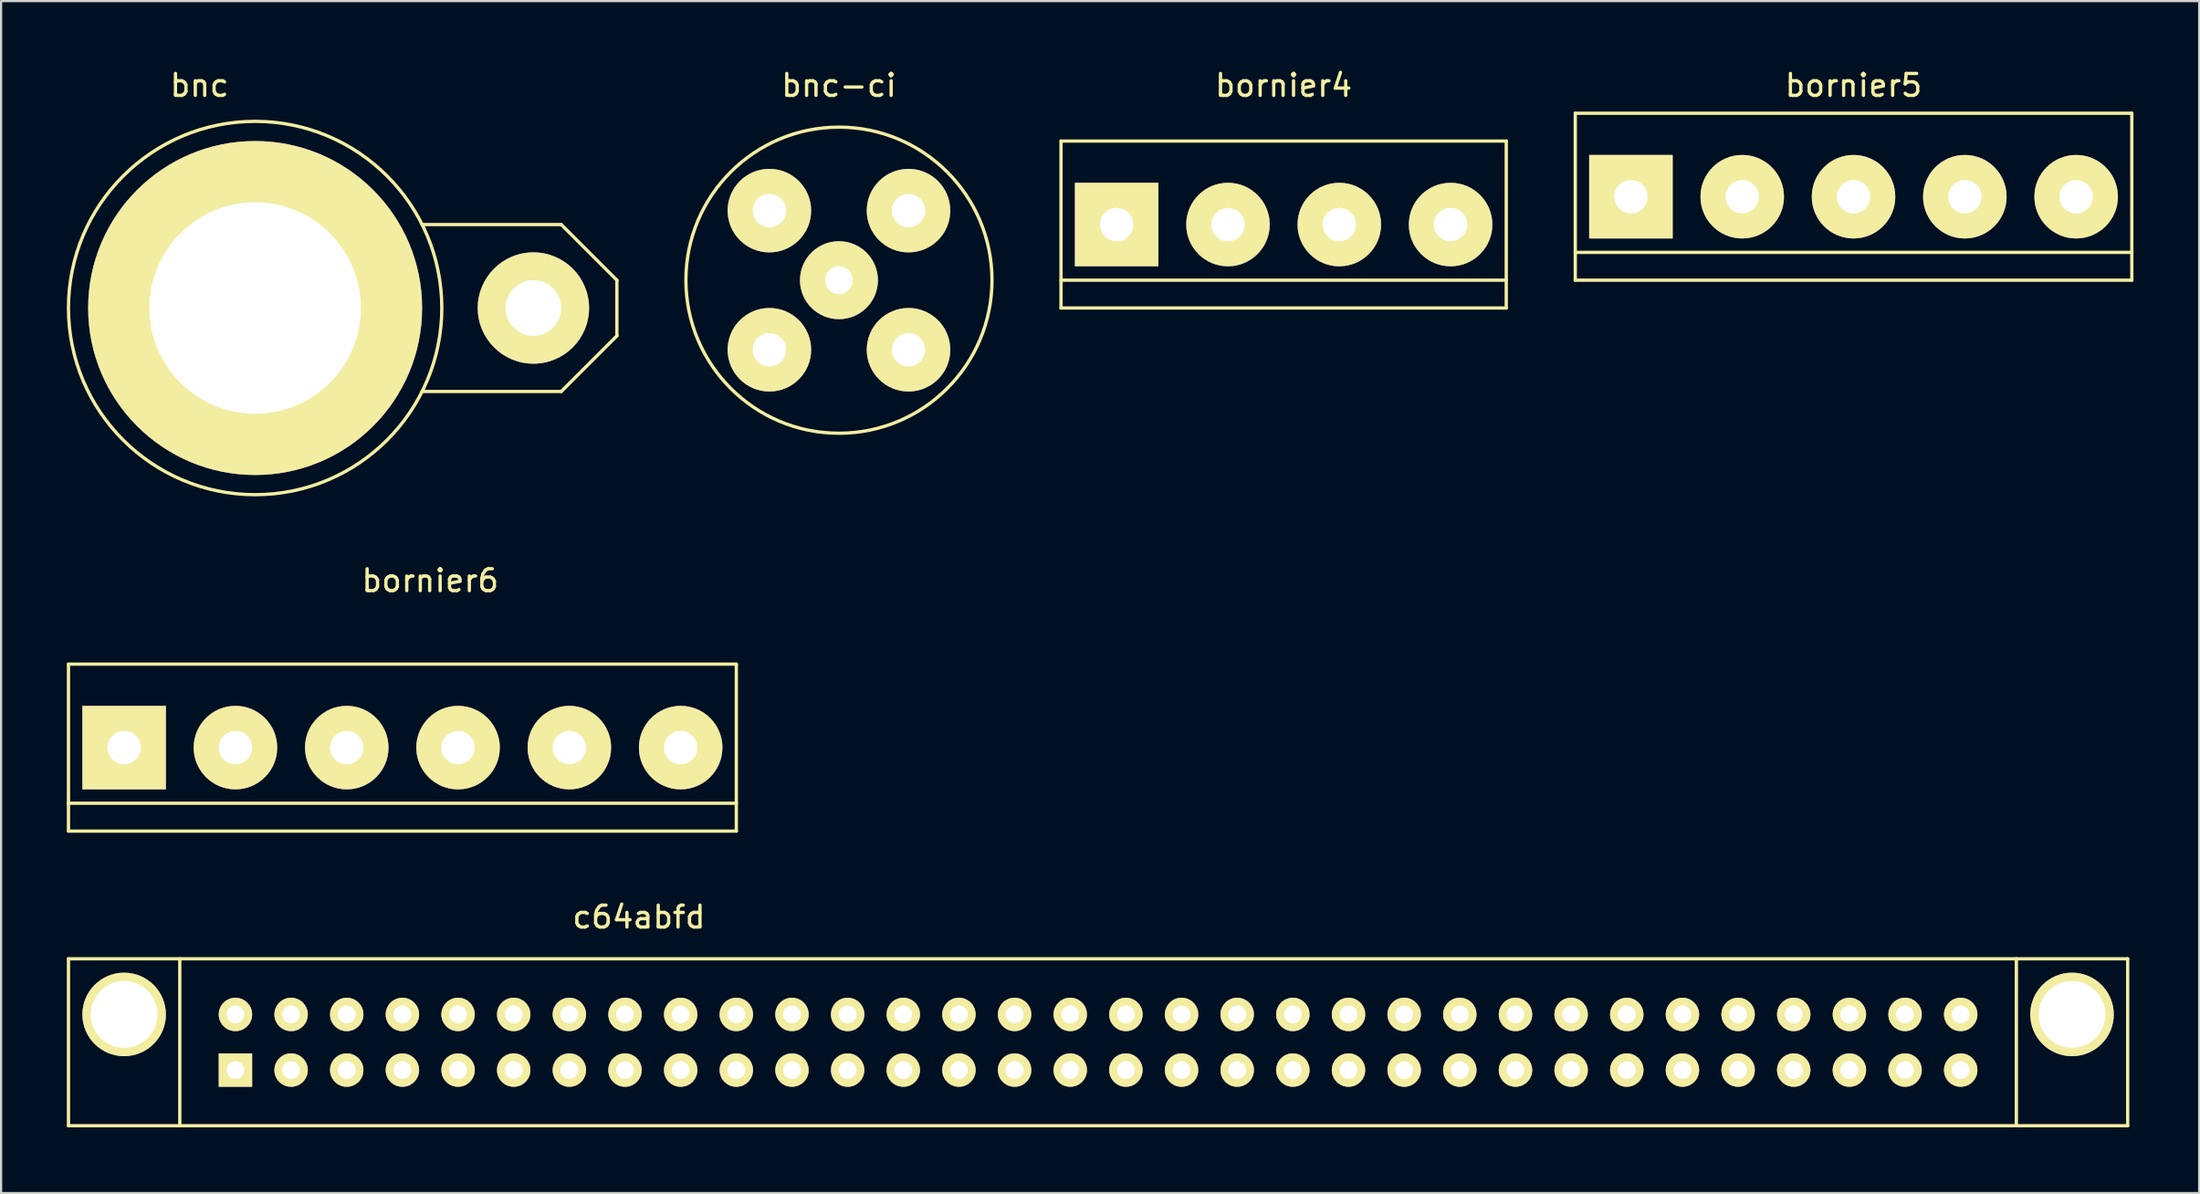
<source format=kicad_pcb>
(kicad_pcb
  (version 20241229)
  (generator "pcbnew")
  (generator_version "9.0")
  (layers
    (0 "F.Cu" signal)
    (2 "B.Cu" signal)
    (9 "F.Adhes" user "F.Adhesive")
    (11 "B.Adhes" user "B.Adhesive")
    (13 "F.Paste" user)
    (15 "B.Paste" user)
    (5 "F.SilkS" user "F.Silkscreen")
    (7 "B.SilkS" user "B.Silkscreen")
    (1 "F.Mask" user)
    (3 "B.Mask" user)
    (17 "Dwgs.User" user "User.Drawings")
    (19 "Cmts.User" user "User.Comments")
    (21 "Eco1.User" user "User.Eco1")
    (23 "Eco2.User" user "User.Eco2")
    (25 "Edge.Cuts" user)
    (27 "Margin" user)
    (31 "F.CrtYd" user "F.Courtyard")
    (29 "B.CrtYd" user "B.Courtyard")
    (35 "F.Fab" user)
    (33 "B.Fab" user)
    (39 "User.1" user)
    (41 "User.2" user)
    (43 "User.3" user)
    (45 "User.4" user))
  (footprint "bornier4"
    (layer "F.Cu")
    (at 55.534 7.198)
    (property "Reference" "bornier4" (at 0 -6.35 0) (layer "F.SilkS") (effects (font (size 1 1) (thickness 0.15))))
    (attr through_hole)
    (fp_line (start -10.16 -3.81) (end -10.16 3.81) (stroke (width 0.15) (type solid)) (layer "F.SilkS"))
    (fp_line (start -10.16 -3.81) (end 10.16 -3.81) (stroke (width 0.15) (type solid)) (layer "F.SilkS"))
    (fp_line (start -10.16 3.81) (end 10.16 3.81) (stroke (width 0.15) (type solid)) (layer "F.SilkS"))
    (fp_line (start 10.16 2.54) (end -10.16 2.54) (stroke (width 0.15) (type solid)) (layer "F.SilkS"))
    (fp_line (start 10.16 3.81) (end 10.16 -3.81) (stroke (width 0.15) (type solid)) (layer "F.SilkS"))
    (pad "1" thru_hole rect (at -7.62 0) (size 3.81 3.81) (drill 1.524) (layers "*.Cu" "*.Mask" "F.SilkS"))
    (pad "2" thru_hole circle (at -2.54 0) (size 3.81 3.81) (drill 1.524) (layers "*.Cu" "*.Mask" "F.SilkS"))
    (pad "3" thru_hole circle (at 2.54 0) (size 3.81 3.81) (drill 1.524) (layers "*.Cu" "*.Mask" "F.SilkS"))
    (pad "4" thru_hole circle (at 7.62 0) (size 3.81 3.81) (drill 1.524) (layers "*.Cu" "*.Mask" "F.SilkS")))
  (footprint "c64abfd"
    (layer "F.Cu")
    (at 47.065 44.519)
    (property "Reference" "c64abfd" (at -20.955 -5.715 0) (layer "F.SilkS") (effects (font (size 1 1) (thickness 0.15))))
    (attr through_hole)
    (fp_line (start -46.99 -3.81) (end 46.99 -3.81) (stroke (width 0.15) (type solid)) (layer "F.SilkS"))
    (fp_line (start -46.99 3.81) (end -46.99 -3.81) (stroke (width 0.15) (type solid)) (layer "F.SilkS"))
    (fp_line (start -41.91 3.81) (end -41.91 -3.81) (stroke (width 0.15) (type solid)) (layer "F.SilkS"))
    (fp_line (start 41.91 3.81) (end 41.91 -3.81) (stroke (width 0.15) (type solid)) (layer "F.SilkS"))
    (fp_line (start 46.99 -3.81) (end 46.99 3.81) (stroke (width 0.15) (type solid)) (layer "F.SilkS"))
    (fp_line (start 46.99 3.81) (end -46.99 3.81) (stroke (width 0.15) (type solid)) (layer "F.SilkS"))
    (pad "65" thru_hole circle (at -44.45 -1.27) (size 3.81 3.81) (drill 3.048) (layers "*.Cu" "*.Mask" "F.SilkS"))
    (pad "66" thru_hole circle (at 44.45 -1.27) (size 3.81 3.81) (drill 3.048) (layers "*.Cu" "*.Mask" "F.SilkS"))
    (pad "A1" thru_hole rect (at -39.37 1.27) (size 1.524 1.524) (drill 0.813) (layers "*.Cu" "*.Mask" "F.SilkS"))
    (pad "A2" thru_hole circle (at -36.83 1.27) (size 1.524 1.524) (drill 0.813) (layers "*.Cu" "*.Mask" "F.SilkS"))
    (pad "A3" thru_hole circle (at -34.29 1.27) (size 1.524 1.524) (drill 0.813) (layers "*.Cu" "*.Mask" "F.SilkS"))
    (pad "A4" thru_hole circle (at -31.75 1.27) (size 1.524 1.524) (drill 0.813) (layers "*.Cu" "*.Mask" "F.SilkS"))
    (pad "A5" thru_hole circle (at -29.21 1.27) (size 1.524 1.524) (drill 0.813) (layers "*.Cu" "*.Mask" "F.SilkS"))
    (pad "A6" thru_hole circle (at -26.67 1.27) (size 1.524 1.524) (drill 0.813) (layers "*.Cu" "*.Mask" "F.SilkS"))
    (pad "A7" thru_hole circle (at -24.13 1.27) (size 1.524 1.524) (drill 0.813) (layers "*.Cu" "*.Mask" "F.SilkS"))
    (pad "A8" thru_hole circle (at -21.59 1.27) (size 1.524 1.524) (drill 0.813) (layers "*.Cu" "*.Mask" "F.SilkS"))
    (pad "A9" thru_hole circle (at -19.05 1.27) (size 1.524 1.524) (drill 0.813) (layers "*.Cu" "*.Mask" "F.SilkS"))
    (pad "A10" thru_hole circle (at -16.51 1.27) (size 1.524 1.524) (drill 0.813) (layers "*.Cu" "*.Mask" "F.SilkS"))
    (pad "A11" thru_hole circle (at -13.97 1.27) (size 1.524 1.524) (drill 0.813) (layers "*.Cu" "*.Mask" "F.SilkS"))
    (pad "A12" thru_hole circle (at -11.43 1.27) (size 1.524 1.524) (drill 0.813) (layers "*.Cu" "*.Mask" "F.SilkS"))
    (pad "A13" thru_hole circle (at -8.89 1.27) (size 1.524 1.524) (drill 0.813) (layers "*.Cu" "*.Mask" "F.SilkS"))
    (pad "A14" thru_hole circle (at -6.35 1.27) (size 1.524 1.524) (drill 0.813) (layers "*.Cu" "*.Mask" "F.SilkS"))
    (pad "A15" thru_hole circle (at -3.81 1.27) (size 1.524 1.524) (drill 0.813) (layers "*.Cu" "*.Mask" "F.SilkS"))
    (pad "A16" thru_hole circle (at -1.27 1.27) (size 1.524 1.524) (drill 0.813) (layers "*.Cu" "*.Mask" "F.SilkS"))
    (pad "A17" thru_hole circle (at 1.27 1.27) (size 1.524 1.524) (drill 0.813) (layers "*.Cu" "*.Mask" "F.SilkS"))
    (pad "A18" thru_hole circle (at 3.81 1.27) (size 1.524 1.524) (drill 0.813) (layers "*.Cu" "*.Mask" "F.SilkS"))
    (pad "A19" thru_hole circle (at 6.35 1.27) (size 1.524 1.524) (drill 0.813) (layers "*.Cu" "*.Mask" "F.SilkS"))
    (pad "A20" thru_hole circle (at 8.89 1.27) (size 1.524 1.524) (drill 0.813) (layers "*.Cu" "*.Mask" "F.SilkS"))
    (pad "A21" thru_hole circle (at 11.43 1.27) (size 1.524 1.524) (drill 0.813) (layers "*.Cu" "*.Mask" "F.SilkS"))
    (pad "A22" thru_hole circle (at 13.97 1.27) (size 1.524 1.524) (drill 0.813) (layers "*.Cu" "*.Mask" "F.SilkS"))
    (pad "A23" thru_hole circle (at 16.51 1.27) (size 1.524 1.524) (drill 0.813) (layers "*.Cu" "*.Mask" "F.SilkS"))
    (pad "A24" thru_hole circle (at 19.05 1.27) (size 1.524 1.524) (drill 0.813) (layers "*.Cu" "*.Mask" "F.SilkS"))
    (pad "A25" thru_hole circle (at 21.59 1.27) (size 1.524 1.524) (drill 0.813) (layers "*.Cu" "*.Mask" "F.SilkS"))
    (pad "A26" thru_hole circle (at 24.13 1.27) (size 1.524 1.524) (drill 0.813) (layers "*.Cu" "*.Mask" "F.SilkS"))
    (pad "A27" thru_hole circle (at 26.67 1.27) (size 1.524 1.524) (drill 0.813) (layers "*.Cu" "*.Mask" "F.SilkS"))
    (pad "A28" thru_hole circle (at 29.21 1.27) (size 1.524 1.524) (drill 0.813) (layers "*.Cu" "*.Mask" "F.SilkS"))
    (pad "A29" thru_hole circle (at 31.75 1.27) (size 1.524 1.524) (drill 0.813) (layers "*.Cu" "*.Mask" "F.SilkS"))
    (pad "A30" thru_hole circle (at 34.29 1.27) (size 1.524 1.524) (drill 0.813) (layers "*.Cu" "*.Mask" "F.SilkS"))
    (pad "A31" thru_hole circle (at 36.83 1.27) (size 1.524 1.524) (drill 0.813) (layers "*.Cu" "*.Mask" "F.SilkS"))
    (pad "A32" thru_hole circle (at 39.37 1.27) (size 1.524 1.524) (drill 0.813) (layers "*.Cu" "*.Mask" "F.SilkS"))
    (pad "B1" thru_hole circle (at -39.37 -1.27) (size 1.524 1.524) (drill 0.813) (layers "*.Cu" "*.Mask" "F.SilkS"))
    (pad "B2" thru_hole circle (at -36.83 -1.27) (size 1.524 1.524) (drill 0.813) (layers "*.Cu" "*.Mask" "F.SilkS"))
    (pad "B3" thru_hole circle (at -34.29 -1.27) (size 1.524 1.524) (drill 0.813) (layers "*.Cu" "*.Mask" "F.SilkS"))
    (pad "B4" thru_hole circle (at -31.75 -1.27) (size 1.524 1.524) (drill 0.813) (layers "*.Cu" "*.Mask" "F.SilkS"))
    (pad "B5" thru_hole circle (at -29.21 -1.27) (size 1.524 1.524) (drill 0.813) (layers "*.Cu" "*.Mask" "F.SilkS"))
    (pad "B6" thru_hole circle (at -26.67 -1.27) (size 1.524 1.524) (drill 0.813) (layers "*.Cu" "*.Mask" "F.SilkS"))
    (pad "B7" thru_hole circle (at -24.13 -1.27) (size 1.524 1.524) (drill 0.813) (layers "*.Cu" "*.Mask" "F.SilkS"))
    (pad "B8" thru_hole circle (at -21.59 -1.27) (size 1.524 1.524) (drill 0.813) (layers "*.Cu" "*.Mask" "F.SilkS"))
    (pad "B9" thru_hole circle (at -19.05 -1.27) (size 1.524 1.524) (drill 0.813) (layers "*.Cu" "*.Mask" "F.SilkS"))
    (pad "B10" thru_hole circle (at -16.51 -1.27) (size 1.524 1.524) (drill 0.813) (layers "*.Cu" "*.Mask" "F.SilkS"))
    (pad "B11" thru_hole circle (at -13.97 -1.27) (size 1.524 1.524) (drill 0.813) (layers "*.Cu" "*.Mask" "F.SilkS"))
    (pad "B12" thru_hole circle (at -11.43 -1.27) (size 1.524 1.524) (drill 0.813) (layers "*.Cu" "*.Mask" "F.SilkS"))
    (pad "B13" thru_hole circle (at -8.89 -1.27) (size 1.524 1.524) (drill 0.813) (layers "*.Cu" "*.Mask" "F.SilkS"))
    (pad "B14" thru_hole circle (at -6.35 -1.27) (size 1.524 1.524) (drill 0.813) (layers "*.Cu" "*.Mask" "F.SilkS"))
    (pad "B15" thru_hole circle (at -3.81 -1.27) (size 1.524 1.524) (drill 0.813) (layers "*.Cu" "*.Mask" "F.SilkS"))
    (pad "B16" thru_hole circle (at -1.27 -1.27) (size 1.524 1.524) (drill 0.813) (layers "*.Cu" "*.Mask" "F.SilkS"))
    (pad "B17" thru_hole circle (at 1.27 -1.27) (size 1.524 1.524) (drill 0.813) (layers "*.Cu" "*.Mask" "F.SilkS"))
    (pad "B18" thru_hole circle (at 3.81 -1.27) (size 1.524 1.524) (drill 0.813) (layers "*.Cu" "*.Mask" "F.SilkS"))
    (pad "B19" thru_hole circle (at 6.35 -1.27) (size 1.524 1.524) (drill 0.813) (layers "*.Cu" "*.Mask" "F.SilkS"))
    (pad "B20" thru_hole circle (at 8.89 -1.27) (size 1.524 1.524) (drill 0.813) (layers "*.Cu" "*.Mask" "F.SilkS"))
    (pad "B21" thru_hole circle (at 11.43 -1.27) (size 1.524 1.524) (drill 0.813) (layers "*.Cu" "*.Mask" "F.SilkS"))
    (pad "B22" thru_hole circle (at 13.97 -1.27) (size 1.524 1.524) (drill 0.813) (layers "*.Cu" "*.Mask" "F.SilkS"))
    (pad "B23" thru_hole circle (at 16.51 -1.27) (size 1.524 1.524) (drill 0.813) (layers "*.Cu" "*.Mask" "F.SilkS"))
    (pad "B24" thru_hole circle (at 19.05 -1.27) (size 1.524 1.524) (drill 0.813) (layers "*.Cu" "*.Mask" "F.SilkS"))
    (pad "B25" thru_hole circle (at 21.59 -1.27) (size 1.524 1.524) (drill 0.813) (layers "*.Cu" "*.Mask" "F.SilkS"))
    (pad "B26" thru_hole circle (at 24.13 -1.27) (size 1.524 1.524) (drill 0.813) (layers "*.Cu" "*.Mask" "F.SilkS"))
    (pad "B27" thru_hole circle (at 26.67 -1.27) (size 1.524 1.524) (drill 0.813) (layers "*.Cu" "*.Mask" "F.SilkS"))
    (pad "B28" thru_hole circle (at 29.21 -1.27) (size 1.524 1.524) (drill 0.813) (layers "*.Cu" "*.Mask" "F.SilkS"))
    (pad "B29" thru_hole circle (at 31.75 -1.27) (size 1.524 1.524) (drill 0.813) (layers "*.Cu" "*.Mask" "F.SilkS"))
    (pad "B30" thru_hole circle (at 34.29 -1.27) (size 1.524 1.524) (drill 0.813) (layers "*.Cu" "*.Mask" "F.SilkS"))
    (pad "B31" thru_hole circle (at 36.83 -1.27) (size 1.524 1.524) (drill 0.813) (layers "*.Cu" "*.Mask" "F.SilkS"))
    (pad "B32" thru_hole circle (at 39.37 -1.27) (size 1.524 1.524) (drill 0.813) (layers "*.Cu" "*.Mask" "F.SilkS")))
  (footprint "bnc-ci"
    (layer "F.Cu")
    (at 35.239 9.738)
    (property "Reference" "bnc-ci" (at 0 -8.89 0) (layer "F.SilkS") (effects (font (size 1 1) (thickness 0.15))))
    (attr through_hole)
    (fp_circle (center 0 0) (end -6.985 0) (stroke (width 0.15) (type solid)) (fill no) (layer "F.SilkS"))
    (pad "1" thru_hole circle (at 0 0) (size 3.556 3.556) (drill 1.27) (layers "*.Cu" "*.Mask" "F.SilkS"))
    (pad "2" thru_hole circle (at -3.175 -3.175) (size 3.81 3.81) (drill 1.524) (layers "*.Cu" "*.Mask" "F.SilkS"))
    (pad "2" thru_hole circle (at -3.175 3.175) (size 3.81 3.81) (drill 1.524) (layers "*.Cu" "*.Mask" "F.SilkS"))
    (pad "2" thru_hole circle (at 3.175 -3.175) (size 3.81 3.81) (drill 1.524) (layers "*.Cu" "*.Mask" "F.SilkS"))
    (pad "2" thru_hole circle (at 3.175 3.175) (size 3.81 3.81) (drill 1.524) (layers "*.Cu" "*.Mask" "F.SilkS")))
  (footprint "bornier6"
    (layer "F.Cu")
    (at 15.315 31.071)
    (property "Reference" "bornier6" (at 1.27 -7.62 0) (layer "F.SilkS") (effects (font (size 1 1) (thickness 0.15))))
    (attr through_hole)
    (fp_line (start -15.24 -3.81) (end -15.24 3.81) (stroke (width 0.15) (type solid)) (layer "F.SilkS"))
    (fp_line (start -15.24 -3.81) (end 15.24 -3.81) (stroke (width 0.15) (type solid)) (layer "F.SilkS"))
    (fp_line (start -15.24 2.54) (end 15.24 2.54) (stroke (width 0.15) (type solid)) (layer "F.SilkS"))
    (fp_line (start -15.24 3.81) (end 15.24 3.81) (stroke (width 0.15) (type solid)) (layer "F.SilkS"))
    (fp_line (start 15.24 3.81) (end 15.24 -3.81) (stroke (width 0.15) (type solid)) (layer "F.SilkS"))
    (pad "1" thru_hole rect (at -12.7 0) (size 3.81 3.81) (drill 1.524) (layers "*.Cu" "*.Mask" "F.SilkS"))
    (pad "2" thru_hole circle (at -7.62 0) (size 3.81 3.81) (drill 1.524) (layers "*.Cu" "*.Mask" "F.SilkS"))
    (pad "3" thru_hole circle (at -2.54 0) (size 3.81 3.81) (drill 1.524) (layers "*.Cu" "*.Mask" "F.SilkS"))
    (pad "4" thru_hole circle (at 2.54 0) (size 3.81 3.81) (drill 1.524) (layers "*.Cu" "*.Mask" "F.SilkS"))
    (pad "5" thru_hole circle (at 7.62 0) (size 3.81 3.81) (drill 1.524) (layers "*.Cu" "*.Mask" "F.SilkS"))
    (pad "6" thru_hole circle (at 12.7 0) (size 3.81 3.81) (drill 1.524) (layers "*.Cu" "*.Mask" "F.SilkS")))
  (footprint "bornier5"
    (layer "F.Cu")
    (at 81.544 5.928)
    (property "Reference" "bornier5" (at 0 -5.08 0) (layer "F.SilkS") (effects (font (size 1 1) (thickness 0.15))))
    (attr through_hole)
    (fp_line (start -12.7 -3.81) (end -12.7 3.81) (stroke (width 0.15) (type solid)) (layer "F.SilkS"))
    (fp_line (start -12.7 -3.81) (end 12.7 -3.81) (stroke (width 0.15) (type solid)) (layer "F.SilkS"))
    (fp_line (start -12.7 2.54) (end 12.7 2.54) (stroke (width 0.15) (type solid)) (layer "F.SilkS"))
    (fp_line (start -12.7 3.81) (end 12.7 3.81) (stroke (width 0.15) (type solid)) (layer "F.SilkS"))
    (fp_line (start 12.7 -3.81) (end 12.7 3.81) (stroke (width 0.15) (type solid)) (layer "F.SilkS"))
    (pad "1" thru_hole rect (at -10.16 0) (size 3.81 3.81) (drill 1.524) (layers "*.Cu" "*.Mask" "F.SilkS"))
    (pad "2" thru_hole circle (at -5.08 0) (size 3.81 3.81) (drill 1.524) (layers "*.Cu" "*.Mask" "F.SilkS"))
    (pad "3" thru_hole circle (at 0 0) (size 3.81 3.81) (drill 1.524) (layers "*.Cu" "*.Mask" "F.SilkS"))
    (pad "4" thru_hole circle (at 5.08 0) (size 3.81 3.81) (drill 1.524) (layers "*.Cu" "*.Mask" "F.SilkS"))
    (pad "5" thru_hole circle (at 10.16 0) (size 3.81 3.81) (drill 1.524) (layers "*.Cu" "*.Mask" "F.SilkS")))
  (footprint "bnc"
    (layer "F.Cu")
    (at 8.594 11.008)
    (property "Reference" "bnc" (at -2.54 -10.16 0) (layer "F.SilkS") (effects (font (size 1 1) (thickness 0.15))))
    (attr through_hole)
    (fp_line (start 7.62 3.81) (end 13.97 3.81) (stroke (width 0.15) (type solid)) (layer "F.SilkS"))
    (fp_line (start 13.97 -3.81) (end 7.62 -3.81) (stroke (width 0.15) (type solid)) (layer "F.SilkS"))
    (fp_line (start 13.97 3.81) (end 16.51 1.27) (stroke (width 0.15) (type solid)) (layer "F.SilkS"))
    (fp_line (start 16.51 -1.27) (end 13.97 -3.81) (stroke (width 0.15) (type solid)) (layer "F.SilkS"))
    (fp_line (start 16.51 1.27) (end 16.51 -1.27) (stroke (width 0.15) (type solid)) (layer "F.SilkS"))
    (fp_circle (center 0 0) (end 7.62 3.81) (stroke (width 0.15) (type solid)) (fill no) (layer "F.SilkS"))
    (pad "1" thru_hole circle (at 12.7 0) (size 5.08 5.08) (drill 2.54) (layers "*.Cu" "*.Mask" "F.SilkS"))
    (pad "2" thru_hole circle (at 0 0) (size 15.24 15.24) (drill 9.652) (layers "*.Cu" "*.Mask" "F.SilkS")))
  (gr_rect
    (start -3 -3)
    (end 97.319 51.404)
    (stroke (width 0.1) (type default))
    (fill no)
    (layer "Edge.Cuts")))
</source>
